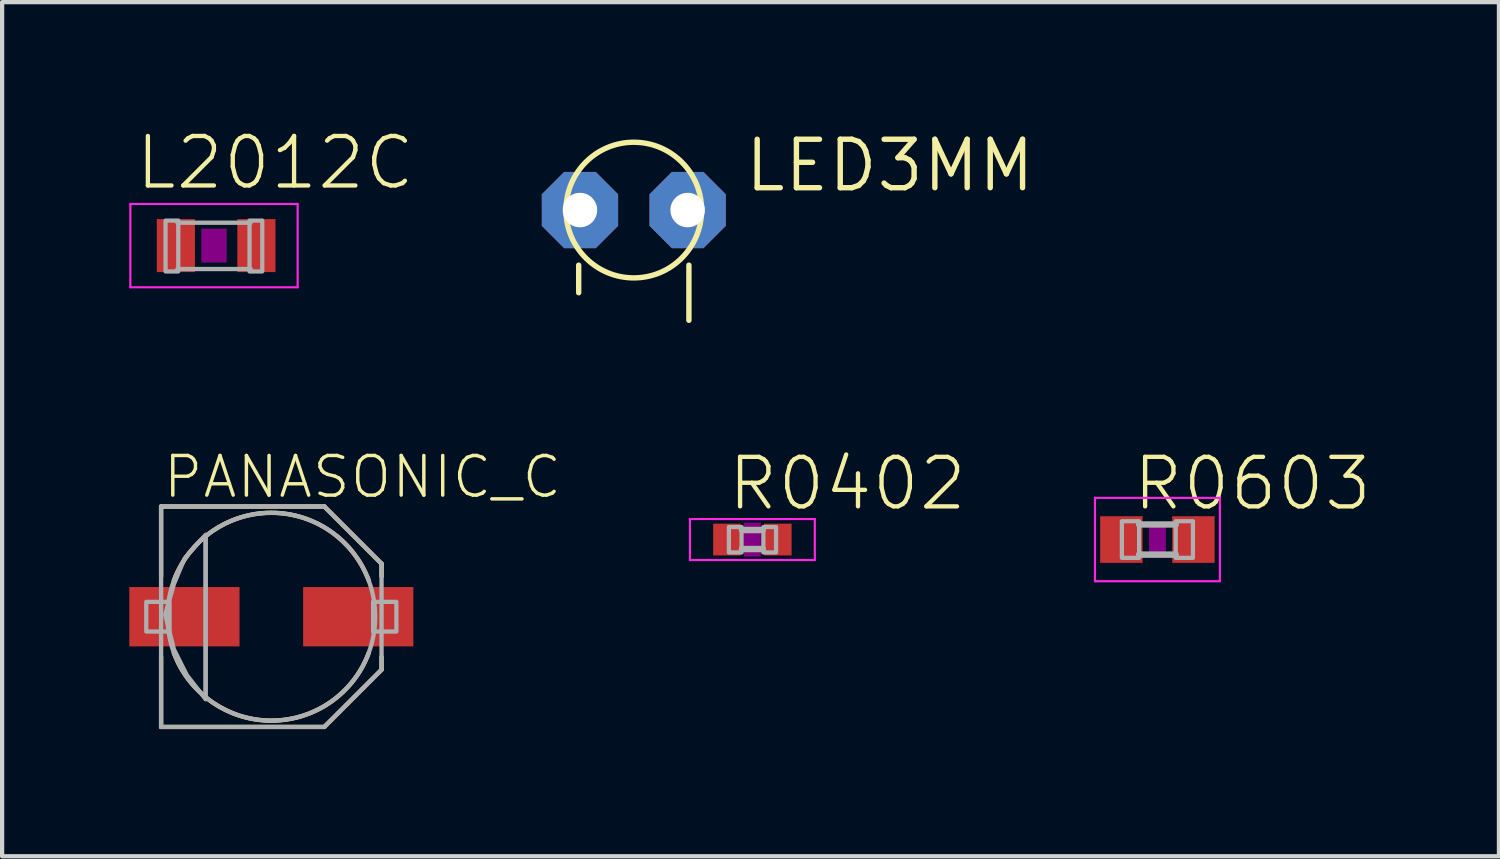
<source format=kicad_pcb>
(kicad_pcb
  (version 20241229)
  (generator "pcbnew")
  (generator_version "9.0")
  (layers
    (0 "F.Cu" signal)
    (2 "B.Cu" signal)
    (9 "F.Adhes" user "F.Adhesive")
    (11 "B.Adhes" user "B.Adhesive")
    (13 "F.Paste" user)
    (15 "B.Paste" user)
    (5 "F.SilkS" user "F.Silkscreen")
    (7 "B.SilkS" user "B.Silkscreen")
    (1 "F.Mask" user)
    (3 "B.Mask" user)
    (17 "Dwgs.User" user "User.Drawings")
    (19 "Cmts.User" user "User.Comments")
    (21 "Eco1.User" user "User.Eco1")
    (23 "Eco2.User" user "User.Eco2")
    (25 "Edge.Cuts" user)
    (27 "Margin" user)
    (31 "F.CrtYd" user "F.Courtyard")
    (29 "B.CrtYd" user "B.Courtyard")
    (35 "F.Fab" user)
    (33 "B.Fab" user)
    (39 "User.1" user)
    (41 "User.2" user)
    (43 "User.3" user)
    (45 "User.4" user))
  (footprint "R0402"
    (layer "F.Cu")
    (at 14.697 9.677)
    (property "Reference" "R0402" (at -0.635 -0.635 0) (layer "F.SilkS") (effects (font (size 1.168 1.168) (thickness 0.102)) (justify left bottom)))
    (fp_poly (pts (xy -0.2 0.4) (xy 0.2 0.4) (xy 0.2 -0.4) (xy -0.2 -0.4)) (stroke (width 0) (type solid)) (fill yes) (layer "F.Adhes"))
    (fp_line (start -1.473 -0.483) (end 1.473 -0.483) (stroke (width 0.051) (type solid)) (layer "F.CrtYd"))
    (fp_line (start -1.473 0.483) (end -1.473 -0.483) (stroke (width 0.051) (type solid)) (layer "F.CrtYd"))
    (fp_line (start 1.473 -0.483) (end 1.473 0.483) (stroke (width 0.051) (type solid)) (layer "F.CrtYd"))
    (fp_line (start 1.473 0.483) (end -1.473 0.483) (stroke (width 0.051) (type solid)) (layer "F.CrtYd"))
    (fp_line (start -0.245 -0.224) (end 0.245 -0.224) (stroke (width 0.152) (type solid)) (layer "F.Fab"))
    (fp_line (start 0.245 0.224) (end -0.245 0.224) (stroke (width 0.152) (type solid)) (layer "F.Fab"))
    (fp_poly (pts (xy -0.554 0.305) (xy -0.254 0.305) (xy -0.254 -0.295) (xy -0.554 -0.295)) (stroke (width 0.1) (type solid)) (fill no) (layer "F.Fab"))
    (fp_poly (pts (xy 0.259 0.305) (xy 0.559 0.305) (xy 0.559 -0.295) (xy 0.259 -0.295)) (stroke (width 0.1) (type solid)) (fill no) (layer "F.Fab"))
    (pad "1" smd rect (at -0.6 0) (size 0.65 0.75) (layers "F.Cu" "F.Mask" "F.Paste"))
    (pad "2" smd rect (at 0.6 0) (size 0.65 0.75) (layers "F.Cu" "F.Mask" "F.Paste")))
  (footprint "R0603"
    (layer "F.Cu")
    (at 24.251 9.677)
    (property "Reference" "R0603" (at -0.635 -0.635 0) (layer "F.SilkS") (effects (font (size 1.168 1.168) (thickness 0.102)) (justify left bottom)))
    (fp_poly (pts (xy -0.2 0.4) (xy 0.2 0.4) (xy 0.2 -0.4) (xy -0.2 -0.4)) (stroke (width 0) (type solid)) (fill yes) (layer "F.Adhes"))
    (fp_line (start -1.473 -0.983) (end 1.473 -0.983) (stroke (width 0.051) (type solid)) (layer "F.CrtYd"))
    (fp_line (start -1.473 0.983) (end -1.473 -0.983) (stroke (width 0.051) (type solid)) (layer "F.CrtYd"))
    (fp_line (start 1.473 -0.983) (end 1.473 0.983) (stroke (width 0.051) (type solid)) (layer "F.CrtYd"))
    (fp_line (start 1.473 0.983) (end -1.473 0.983) (stroke (width 0.051) (type solid)) (layer "F.CrtYd"))
    (fp_line (start -0.432 0.356) (end 0.432 0.356) (stroke (width 0.152) (type solid)) (layer "F.Fab"))
    (fp_line (start 0.432 -0.356) (end -0.432 -0.356) (stroke (width 0.152) (type solid)) (layer "F.Fab"))
    (fp_poly (pts (xy -0.838 0.432) (xy -0.432 0.432) (xy -0.432 -0.432) (xy -0.838 -0.432)) (stroke (width 0.1) (type solid)) (fill no) (layer "F.Fab"))
    (fp_poly (pts (xy 0.432 0.432) (xy 0.838 0.432) (xy 0.838 -0.432) (xy 0.432 -0.432)) (stroke (width 0.1) (type solid)) (fill no) (layer "F.Fab"))
    (pad "1" smd rect (at -0.85 0) (size 1 1.1) (layers "F.Cu" "F.Mask" "F.Paste"))
    (pad "2" smd rect (at 0.85 0) (size 1 1.1) (layers "F.Cu" "F.Mask" "F.Paste")))
  (footprint "LED3MM"
    (layer "F.Cu")
    (at 11.9 1.905)
    (property "Reference" "LED3MM" (at 2.555 -0.381 0) (layer "F.SilkS") (effects (font (size 1.143 1.143) (thickness 0.127)) (justify left bottom)))
    (fp_line (start -1.3 1.3) (end -1.3 1.95) (stroke (width 0.127) (type solid)) (layer "F.SilkS"))
    (fp_line (start 1.3 1.3) (end 1.3 2.6) (stroke (width 0.127) (type solid)) (layer "F.SilkS"))
    (fp_circle (center 0 0) (end 1.6 0) (stroke (width 0.127) (type solid)) (fill no) (layer "F.SilkS"))
    (pad "1" thru_hole roundrect (at -1.27 0) (size 1.8 1.8) (drill 0.813) (layers "*.Cu" "*.Mask") (roundrect_rratio 0.25) (chamfer_ratio 0.293) (chamfer top_left top_right bottom_left bottom_right))
    (pad "2" thru_hole roundrect (at 1.27 0) (size 1.8 1.8) (drill 0.813) (layers "*.Cu" "*.Mask") (roundrect_rratio 0.25) (chamfer_ratio 0.293) (chamfer top_left top_right bottom_left bottom_right)))
  (footprint "L2012C"
    (layer "F.Cu")
    (at 1.998 2.743)
    (property "Reference" "L2012C" (at -1.905 -1.27 0) (layer "F.SilkS") (effects (font (size 1.168 1.168) (thickness 0.102)) (justify left bottom)))
    (fp_poly (pts (xy -0.3 0.4) (xy 0.3 0.4) (xy 0.3 -0.4) (xy -0.3 -0.4)) (stroke (width 0) (type solid)) (fill yes) (layer "F.Adhes"))
    (fp_line (start -1.973 -0.983) (end 1.973 -0.983) (stroke (width 0.051) (type solid)) (layer "F.CrtYd"))
    (fp_line (start -1.973 0.983) (end -1.973 -0.983) (stroke (width 0.051) (type solid)) (layer "F.CrtYd"))
    (fp_line (start 1.973 -0.983) (end 1.973 0.983) (stroke (width 0.051) (type solid)) (layer "F.CrtYd"))
    (fp_line (start 1.973 0.983) (end -1.973 0.983) (stroke (width 0.051) (type solid)) (layer "F.CrtYd"))
    (fp_line (start -0.864 -0.54) (end 0.864 -0.54) (stroke (width 0.102) (type solid)) (layer "F.Fab"))
    (fp_line (start -0.864 0.553) (end 0.864 0.553) (stroke (width 0.102) (type solid)) (layer "F.Fab"))
    (fp_poly (pts (xy -1.143 0.61) (xy -0.843 0.61) (xy -0.843 -0.59) (xy -1.143 -0.59)) (stroke (width 0.1) (type solid)) (fill no) (layer "F.Fab"))
    (fp_poly (pts (xy 0.838 0.61) (xy 1.138 0.61) (xy 1.138 -0.59) (xy 0.838 -0.59)) (stroke (width 0.1) (type solid)) (fill no) (layer "F.Fab"))
    (pad "1" smd rect (at -0.9 0) (size 0.9 1.25) (layers "F.Cu" "F.Mask" "F.Paste"))
    (pad "2" smd rect (at 1 0) (size 0.9 1.25) (layers "F.Cu" "F.Mask" "F.Paste")))
  (footprint "PANASONIC_C"
    (layer "F.Cu")
    (at 3.35 11.497)
    (property "Reference" "PANASONIC_C" (at -2.6 -2.75 0) (layer "F.SilkS") (effects (font (size 0.935 0.935) (thickness 0.081)) (justify left bottom)))
    (fp_line (start -2.6 -2.6) (end 1.25 -2.6) (stroke (width 0.102) (type solid)) (layer "F.SilkS"))
    (fp_line (start -2.6 -0.95) (end -2.6 -2.6) (stroke (width 0.102) (type solid)) (layer "F.SilkS"))
    (fp_line (start -2.6 2.6) (end -2.6 0.95) (stroke (width 0.102) (type solid)) (layer "F.SilkS"))
    (fp_line (start 1.25 -2.6) (end 2.6 -1.25) (stroke (width 0.102) (type solid)) (layer "F.SilkS"))
    (fp_line (start 1.25 2.6) (end -2.6 2.6) (stroke (width 0.102) (type solid)) (layer "F.SilkS"))
    (fp_line (start 2.6 -1.25) (end 2.6 -0.95) (stroke (width 0.102) (type solid)) (layer "F.SilkS"))
    (fp_line (start 2.6 0.95) (end 2.6 1.25) (stroke (width 0.102) (type solid)) (layer "F.SilkS"))
    (fp_line (start 2.6 1.25) (end 1.25 2.6) (stroke (width 0.102) (type solid)) (layer "F.SilkS"))
    (fp_arc (start -2.3 -0.85) (mid 0 -2.45204) (end 2.3 -0.85) (stroke (width 0.1016) (type solid)) (layer "F.SilkS"))
    (fp_arc (start 2.3 0.85) (mid 0 2.45204) (end -2.3 0.85) (stroke (width 0.1016) (type solid)) (layer "F.SilkS"))
    (fp_line (start -2.6 -2.6) (end 1.25 -2.6) (stroke (width 0.102) (type solid)) (layer "F.Fab"))
    (fp_line (start -2.6 2.6) (end -2.6 -2.6) (stroke (width 0.102) (type solid)) (layer "F.Fab"))
    (fp_line (start -1.55 -1.85) (end -1.55 1.85) (stroke (width 0.102) (type solid)) (layer "F.Fab"))
    (fp_line (start 1.25 -2.6) (end 2.6 -1.25) (stroke (width 0.102) (type solid)) (layer "F.Fab"))
    (fp_line (start 1.25 2.6) (end -2.6 2.6) (stroke (width 0.102) (type solid)) (layer "F.Fab"))
    (fp_line (start 2.6 -1.25) (end 2.6 1.25) (stroke (width 0.102) (type solid)) (layer "F.Fab"))
    (fp_line (start 2.6 1.25) (end 1.25 2.6) (stroke (width 0.102) (type solid)) (layer "F.Fab"))
    (fp_circle (center 0 0) (end 2.45 0) (stroke (width 0.102) (type solid)) (fill no) (layer "F.Fab"))
    (fp_poly (pts (xy -2.95 0.35) (xy -2.4 0.35) (xy -2.4 -0.35) (xy -2.95 -0.35)) (stroke (width 0.1) (type solid)) (fill no) (layer "F.Fab"))
    (fp_poly (pts (xy 2.4 0.35) (xy 2.95 0.35) (xy 2.95 -0.35) (xy 2.4 -0.35)) (stroke (width 0.1) (type solid)) (fill no) (layer "F.Fab"))
    (fp_poly (pts (xy -1.549 1.948) (xy -1.993 1.377) (xy -2.298 0.768) (xy -2.503 -0.051) (xy -2.298 -0.767) (xy -2.044 -1.377) (xy -1.549 -1.934)) (stroke (width 0.1) (type solid)) (fill no) (layer "F.Fab"))
    (pad "+" smd rect (at 2.05 0) (size 2.6 1.4) (layers "F.Cu" "F.Mask" "F.Paste"))
    (pad "-" smd rect (at -2.05 0) (size 2.6 1.4) (layers "F.Cu" "F.Mask" "F.Paste")))
  (gr_rect
    (start -3 -3)
    (end 32.307 17.148)
    (stroke (width 0.1) (type default))
    (fill no)
    (layer "Edge.Cuts")))
</source>
